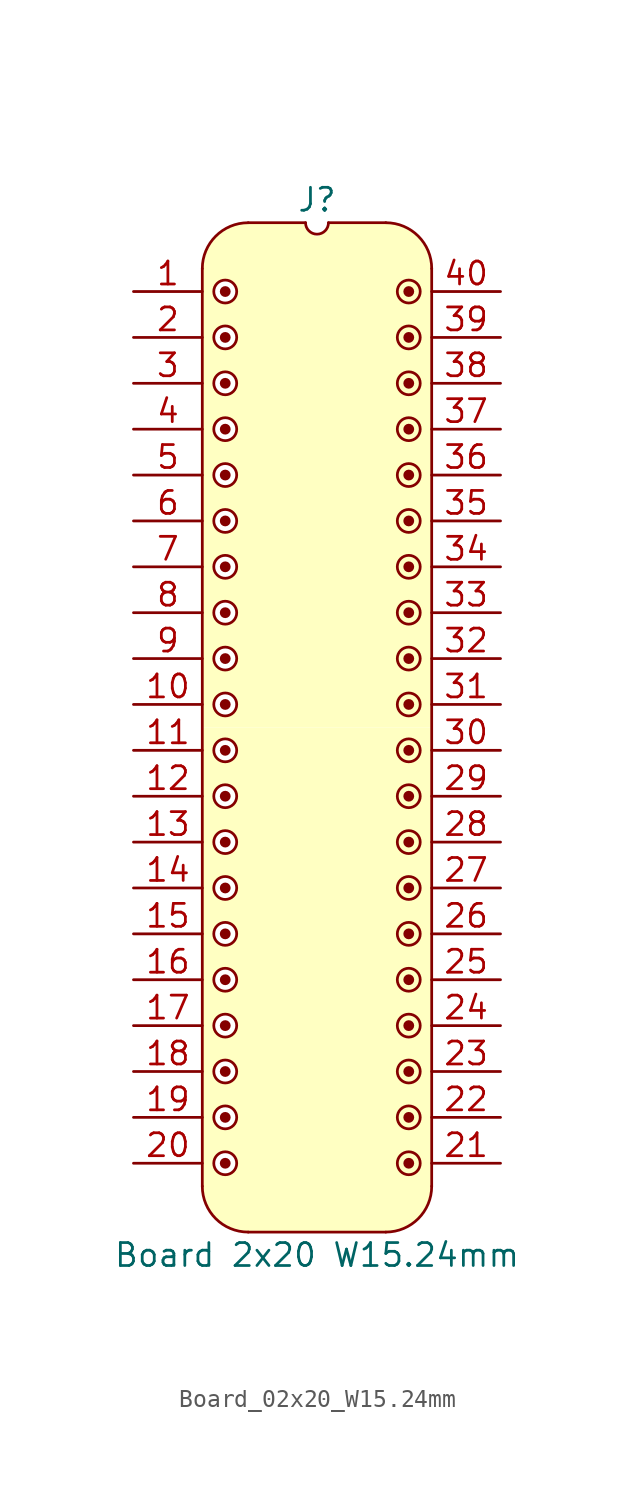
<source format=kicad_sym>
(kicad_symbol_lib
  (version 20241209)
  (generator "kicad_symbol_editor")
  (generator_version "9.0")
  (symbol "Board_02x20_W15.24mm"
    (pin_names
      (offset 1.016)
      (hide yes))
    (property "Reference" "J"
      (at 0 5.08 0)
      (effects (font (size 1.27 1.27))))
    (property "Value" "Board 2x20 W15.24mm"
      (at 0 -53.34 0)
      (effects (font (size 1.27 1.27))))
    (symbol "Board_02x20_W15.24mm_0_1"
      (polyline (pts (xy -6.35 1.27) (xy -6.35 -49.53)) (stroke (width 0) (type default)) (fill (type none)))
      (arc (start -3.8102 -52.0698) (mid -5.6063 -51.3259) (end -6.3502 -49.5298) (stroke (width 0) (type default)) (fill (type none)))
      (arc (start -6.35 1.27) (mid -5.6061 3.0661) (end -3.81 3.81) (stroke (width 0) (type default)) (fill (type none)))
      (polyline (pts (xy -3.81 3.81) (xy -0.635 3.81)) (stroke (width 0) (type default)) (fill (type none)))
      (arc (start 0.635 3.81) (mid 0 3.175) (end -0.635 3.81) (stroke (width 0) (type default)) (fill (type none)))
      (polyline (pts (xy 0.635 3.81) (xy 3.81 3.81)) (stroke (width 0) (type default)) (fill (type none)))
      (polyline (pts (xy 3.81 -52.07) (xy -3.81 -52.07)) (stroke (width 0) (type default)) (fill (type none)))
      (arc (start 3.81 3.81) (mid 5.6061 3.0661) (end 6.35 1.27) (stroke (width 0) (type default)) (fill (type none)))
      (arc (start 6.3498 -49.5298) (mid 5.6059 -51.3259) (end 3.8098 -52.0698) (stroke (width 0) (type default)) (fill (type none)))
      (polyline (pts (xy 6.35 -49.53) (xy 6.35 1.27)) (stroke (width 0) (type default)) (fill (type none))))
    (symbol "Board_02x20_W15.24mm_1_1"
      (polyline (pts (xy -6.35 1.27) (xy -6.096 2.286) (xy -5.588 3.048) (xy -4.826 3.556) (xy -4.064 3.81) (xy -0.762 3.81) (xy -0.508 3.302) (xy 0 3.048) (xy 0 -24.13) (xy -6.35 -24.13) (xy -6.35 1.27)) (stroke (width -0.0001) (type solid)) (fill (type background)))
      (polyline (pts (xy -6.35 -24.13) (xy 0 -24.13) (xy 0 -52.07) (xy -3.81 -52.07) (xy -4.826 -51.816) (xy -5.588 -51.308) (xy -6.096 -50.546) (xy -6.35 -49.53)) (stroke (width -0.0001) (type solid)) (fill (type background)))
      (circle (center -5.08 0) (radius 0.0001) (stroke (width 0.3) (type solid)) (fill (type none)))
      (circle (center -5.08 0) (radius 0.635) (stroke (width 0) (type solid)) (fill (type color) (color 255 255 255 1)))
      (circle (center -5.08 -2.54) (radius 0.0001) (stroke (width 0.3) (type solid)) (fill (type none)))
      (circle (center -5.08 -2.54) (radius 0.635) (stroke (width 0) (type solid)) (fill (type color) (color 255 255 255 1)))
      (circle (center -5.08 -5.08) (radius 0.0001) (stroke (width 0.3) (type solid)) (fill (type none)))
      (circle (center -5.08 -5.08) (radius 0.635) (stroke (width 0) (type solid)) (fill (type color) (color 255 255 255 1)))
      (circle (center -5.08 -7.62) (radius 0.0001) (stroke (width 0.3) (type solid)) (fill (type none)))
      (circle (center -5.08 -7.62) (radius 0.635) (stroke (width 0) (type solid)) (fill (type color) (color 255 255 255 1)))
      (circle (center -5.08 -10.16) (radius 0.0001) (stroke (width 0.3) (type solid)) (fill (type none)))
      (circle (center -5.08 -10.16) (radius 0.635) (stroke (width 0) (type solid)) (fill (type color) (color 255 255 255 1)))
      (circle (center -5.08 -12.7) (radius 0.0001) (stroke (width 0.3) (type solid)) (fill (type none)))
      (circle (center -5.08 -12.7) (radius 0.635) (stroke (width 0) (type solid)) (fill (type color) (color 255 255 255 1)))
      (circle (center -5.08 -15.24) (radius 0.0001) (stroke (width 0.3) (type solid)) (fill (type none)))
      (circle (center -5.08 -15.24) (radius 0.635) (stroke (width 0) (type solid)) (fill (type color) (color 255 255 255 1)))
      (circle (center -5.08 -17.78) (radius 0.0001) (stroke (width 0.3) (type solid)) (fill (type none)))
      (circle (center -5.08 -17.78) (radius 0.635) (stroke (width 0) (type solid)) (fill (type color) (color 255 255 255 1)))
      (circle (center -5.08 -20.32) (radius 0.0001) (stroke (width 0.3) (type solid)) (fill (type none)))
      (circle (center -5.08 -20.32) (radius 0.635) (stroke (width 0) (type solid)) (fill (type color) (color 255 255 255 1)))
      (circle (center -5.08 -22.86) (radius 0.0001) (stroke (width 0.3) (type solid)) (fill (type none)))
      (circle (center -5.08 -22.86) (radius 0.635) (stroke (width 0) (type solid)) (fill (type color) (color 255 255 255 1)))
      (circle (center -5.08 -25.4) (radius 0.0001) (stroke (width 0.3) (type solid)) (fill (type none)))
      (circle (center -5.08 -25.4) (radius 0.635) (stroke (width 0) (type solid)) (fill (type color) (color 255 255 255 1)))
      (circle (center -5.08 -27.94) (radius 0.0001) (stroke (width 0.3) (type solid)) (fill (type none)))
      (circle (center -5.08 -27.94) (radius 0.635) (stroke (width 0) (type solid)) (fill (type color) (color 255 255 255 1)))
      (circle (center -5.08 -30.48) (radius 0.0001) (stroke (width 0.3) (type solid)) (fill (type none)))
      (circle (center -5.08 -30.48) (radius 0.635) (stroke (width 0) (type solid)) (fill (type color) (color 255 255 255 1)))
      (circle (center -5.08 -33.02) (radius 0.0001) (stroke (width 0.3) (type solid)) (fill (type none)))
      (circle (center -5.08 -33.02) (radius 0.635) (stroke (width 0) (type solid)) (fill (type color) (color 255 255 255 1)))
      (circle (center -5.08 -35.56) (radius 0.0001) (stroke (width 0.3) (type solid)) (fill (type none)))
      (circle (center -5.08 -35.56) (radius 0.635) (stroke (width 0) (type solid)) (fill (type color) (color 255 255 255 1)))
      (circle (center -5.08 -38.1) (radius 0.0001) (stroke (width 0.3) (type solid)) (fill (type none)))
      (circle (center -5.08 -38.1) (radius 0.635) (stroke (width 0) (type solid)) (fill (type color) (color 255 255 255 1)))
      (circle (center -5.08 -40.64) (radius 0.0001) (stroke (width 0.3) (type solid)) (fill (type none)))
      (circle (center -5.08 -40.64) (radius 0.635) (stroke (width 0) (type solid)) (fill (type color) (color 255 255 255 1)))
      (circle (center -5.08 -43.18) (radius 0.0001) (stroke (width 0.3) (type solid)) (fill (type none)))
      (circle (center -5.08 -43.18) (radius 0.635) (stroke (width 0) (type solid)) (fill (type color) (color 255 255 255 1)))
      (circle (center -5.08 -45.72) (radius 0.0001) (stroke (width 0.3) (type solid)) (fill (type none)))
      (circle (center -5.08 -45.72) (radius 0.635) (stroke (width 0) (type solid)) (fill (type color) (color 255 255 255 1)))
      (circle (center -5.08 -48.26) (radius 0.0001) (stroke (width 0.3) (type solid)) (fill (type none)))
      (circle (center -5.08 -48.26) (radius 0.635) (stroke (width 0) (type solid)) (fill (type color) (color 255 255 255 1)))
      (circle (center 5.08 0) (radius 0.0001) (stroke (width 0.3) (type solid)) (fill (type none)))
      (circle (center 5.08 0) (radius 0.635) (stroke (width 0) (type solid)) (fill (type color) (color 255 255 255 1)))
      (circle (center 5.08 -2.54) (radius 0.0001) (stroke (width 0.3) (type solid)) (fill (type none)))
      (circle (center 5.08 -2.54) (radius 0.635) (stroke (width 0) (type solid)) (fill (type color) (color 255 255 255 1)))
      (circle (center 5.08 -5.08) (radius 0.0001) (stroke (width 0.3) (type solid)) (fill (type none)))
      (circle (center 5.08 -5.08) (radius 0.635) (stroke (width 0) (type solid)) (fill (type color) (color 255 255 255 1)))
      (circle (center 5.08 -7.62) (radius 0.0001) (stroke (width 0.3) (type solid)) (fill (type none)))
      (circle (center 5.08 -7.62) (radius 0.635) (stroke (width 0) (type solid)) (fill (type color) (color 255 255 255 1)))
      (circle (center 5.08 -10.16) (radius 0.0001) (stroke (width 0.3) (type solid)) (fill (type none)))
      (circle (center 5.08 -10.16) (radius 0.635) (stroke (width 0) (type solid)) (fill (type color) (color 255 255 255 1)))
      (circle (center 5.08 -12.7) (radius 0.0001) (stroke (width 0.3) (type solid)) (fill (type none)))
      (circle (center 5.08 -12.7) (radius 0.635) (stroke (width 0) (type solid)) (fill (type color) (color 255 255 255 1)))
      (circle (center 5.08 -15.24) (radius 0.0001) (stroke (width 0.3) (type solid)) (fill (type none)))
      (circle (center 5.08 -15.24) (radius 0.635) (stroke (width 0) (type solid)) (fill (type color) (color 255 255 255 1)))
      (circle (center 5.08 -17.78) (radius 0.0001) (stroke (width 0.3) (type solid)) (fill (type none)))
      (circle (center 5.08 -17.78) (radius 0.635) (stroke (width 0) (type solid)) (fill (type color) (color 255 255 255 1)))
      (circle (center 5.08 -20.32) (radius 0.0001) (stroke (width 0.3) (type solid)) (fill (type none)))
      (circle (center 5.08 -20.32) (radius 0.635) (stroke (width 0) (type solid)) (fill (type color) (color 255 255 255 1)))
      (circle (center 5.08 -22.86) (radius 0.0001) (stroke (width 0.3) (type solid)) (fill (type none)))
      (circle (center 5.08 -22.86) (radius 0.635) (stroke (width 0) (type solid)) (fill (type color) (color 255 255 255 1)))
      (circle (center 5.08 -25.4) (radius 0.0001) (stroke (width 0.3) (type solid)) (fill (type none)))
      (circle (center 5.08 -25.4) (radius 0.635) (stroke (width 0) (type solid)) (fill (type color) (color 255 255 255 1)))
      (circle (center 5.08 -27.94) (radius 0.0001) (stroke (width 0.3) (type solid)) (fill (type none)))
      (circle (center 5.08 -27.94) (radius 0.635) (stroke (width 0) (type solid)) (fill (type color) (color 255 255 255 1)))
      (circle (center 5.08 -30.48) (radius 0.0001) (stroke (width 0.3) (type solid)) (fill (type none)))
      (circle (center 5.08 -30.48) (radius 0.635) (stroke (width 0) (type solid)) (fill (type color) (color 255 255 255 1)))
      (circle (center 5.08 -33.02) (radius 0.0001) (stroke (width 0.3) (type solid)) (fill (type none)))
      (circle (center 5.08 -33.02) (radius 0.635) (stroke (width 0) (type solid)) (fill (type color) (color 255 255 255 1)))
      (circle (center 5.08 -35.56) (radius 0.0001) (stroke (width 0.3) (type solid)) (fill (type none)))
      (circle (center 5.08 -35.56) (radius 0.635) (stroke (width 0) (type solid)) (fill (type color) (color 255 255 255 1)))
      (circle (center 5.08 -38.1) (radius 0.0001) (stroke (width 0.3) (type solid)) (fill (type none)))
      (circle (center 5.08 -38.1) (radius 0.635) (stroke (width 0) (type solid)) (fill (type color) (color 255 255 255 1)))
      (circle (center 5.08 -40.64) (radius 0.0001) (stroke (width 0.3) (type solid)) (fill (type none)))
      (circle (center 5.08 -40.64) (radius 0.635) (stroke (width 0) (type solid)) (fill (type color) (color 255 255 255 1)))
      (circle (center 5.08 -43.18) (radius 0.0001) (stroke (width 0.3) (type solid)) (fill (type none)))
      (circle (center 5.08 -43.18) (radius 0.635) (stroke (width 0) (type solid)) (fill (type color) (color 255 255 255 1)))
      (circle (center 5.08 -45.72) (radius 0.0001) (stroke (width 0.3) (type solid)) (fill (type none)))
      (circle (center 5.08 -45.72) (radius 0.635) (stroke (width 0) (type solid)) (fill (type color) (color 255 255 255 1)))
      (circle (center 5.08 -48.26) (radius 0.0001) (stroke (width 0.3) (type solid)) (fill (type none)))
      (circle (center 5.08 -48.26) (radius 0.635) (stroke (width 0) (type solid)) (fill (type color) (color 255 255 255 1)))
      (polyline (pts (xy 6.35 1.27) (xy 6.096 2.286) (xy 5.588 3.048) (xy 4.826 3.556) (xy 4.064 3.81) (xy 0.762 3.81) (xy 0.508 3.302) (xy 0 3.048) (xy 0 -24.13) (xy 6.35 -24.13) (xy 6.35 1.27)) (stroke (width -0.0001) (type solid)) (fill (type background)))
      (polyline (pts (xy 6.35 -24.13) (xy 0 -24.13) (xy 0 -52.07) (xy 3.81 -52.07) (xy 4.826 -51.816) (xy 5.588 -51.308) (xy 6.096 -50.546) (xy 6.35 -49.53)) (stroke (width -0.0001) (type solid)) (fill (type background)))
      (pin passive line (at -10.16 0 0) (length 3.81) (name "" (effects (font (size 1.27 1.27)))) (number "1" (effects (font (size 1.27 1.27)))))
      (pin passive line (at -10.16 -2.54 0) (length 3.81) (name "" (effects (font (size 1.27 1.27)))) (number "2" (effects (font (size 1.27 1.27)))))
      (pin passive line (at -10.16 -5.08 0) (length 3.81) (name "" (effects (font (size 1.27 1.27)))) (number "3" (effects (font (size 1.27 1.27)))))
      (pin passive line (at -10.16 -7.62 0) (length 3.81) (name "" (effects (font (size 1.27 1.27)))) (number "4" (effects (font (size 1.27 1.27)))))
      (pin passive line (at -10.16 -10.16 0) (length 3.81) (name "" (effects (font (size 1.27 1.27)))) (number "5" (effects (font (size 1.27 1.27)))))
      (pin passive line (at -10.16 -12.7 0) (length 3.81) (name "" (effects (font (size 1.27 1.27)))) (number "6" (effects (font (size 1.27 1.27)))))
      (pin passive line (at -10.16 -15.24 0) (length 3.81) (name "" (effects (font (size 1.27 1.27)))) (number "7" (effects (font (size 1.27 1.27)))))
      (pin passive line (at -10.16 -17.78 0) (length 3.81) (name "" (effects (font (size 1.27 1.27)))) (number "8" (effects (font (size 1.27 1.27)))))
      (pin passive line (at -10.16 -20.32 0) (length 3.81) (name "" (effects (font (size 1.27 1.27)))) (number "9" (effects (font (size 1.27 1.27)))))
      (pin passive line (at -10.16 -22.86 0) (length 3.81) (name "" (effects (font (size 1.27 1.27)))) (number "10" (effects (font (size 1.27 1.27)))))
      (pin passive line (at -10.16 -25.4 0) (length 3.81) (name "" (effects (font (size 1.27 1.27)))) (number "11" (effects (font (size 1.27 1.27)))))
      (pin passive line (at -10.16 -27.94 0) (length 3.81) (name "" (effects (font (size 1.27 1.27)))) (number "12" (effects (font (size 1.27 1.27)))))
      (pin passive line (at -10.16 -30.48 0) (length 3.81) (name "" (effects (font (size 1.27 1.27)))) (number "13" (effects (font (size 1.27 1.27)))))
      (pin passive line (at -10.16 -33.02 0) (length 3.81) (name "" (effects (font (size 1.27 1.27)))) (number "14" (effects (font (size 1.27 1.27)))))
      (pin passive line (at -10.16 -35.56 0) (length 3.81) (name "" (effects (font (size 1.27 1.27)))) (number "15" (effects (font (size 1.27 1.27)))))
      (pin passive line (at -10.16 -38.1 0) (length 3.81) (name "" (effects (font (size 1.27 1.27)))) (number "16" (effects (font (size 1.27 1.27)))))
      (pin passive line (at -10.16 -40.64 0) (length 3.81) (name "" (effects (font (size 1.27 1.27)))) (number "17" (effects (font (size 1.27 1.27)))))
      (pin passive line (at -10.16 -43.18 0) (length 3.81) (name "" (effects (font (size 1.27 1.27)))) (number "18" (effects (font (size 1.27 1.27)))))
      (pin passive line (at -10.16 -45.72 0) (length 3.81) (name "" (effects (font (size 1.27 1.27)))) (number "19" (effects (font (size 1.27 1.27)))))
      (pin passive line (at -10.16 -48.26 0) (length 3.81) (name "" (effects (font (size 1.27 1.27)))) (number "20" (effects (font (size 1.27 1.27)))))
      (pin passive line (at 10.16 0 180) (length 3.81) (name "" (effects (font (size 1.27 1.27)))) (number "40" (effects (font (size 1.27 1.27)))))
      (pin passive line (at 10.16 -2.54 180) (length 3.81) (name "" (effects (font (size 1.27 1.27)))) (number "39" (effects (font (size 1.27 1.27)))))
      (pin passive line (at 10.16 -5.08 180) (length 3.81) (name "" (effects (font (size 1.27 1.27)))) (number "38" (effects (font (size 1.27 1.27)))))
      (pin passive line (at 10.16 -7.62 180) (length 3.81) (name "" (effects (font (size 1.27 1.27)))) (number "37" (effects (font (size 1.27 1.27)))))
      (pin passive line (at 10.16 -10.16 180) (length 3.81) (name "" (effects (font (size 1.27 1.27)))) (number "36" (effects (font (size 1.27 1.27)))))
      (pin passive line (at 10.16 -12.7 180) (length 3.81) (name "" (effects (font (size 1.27 1.27)))) (number "35" (effects (font (size 1.27 1.27)))))
      (pin passive line (at 10.16 -15.24 180) (length 3.81) (name "" (effects (font (size 1.27 1.27)))) (number "34" (effects (font (size 1.27 1.27)))))
      (pin passive line (at 10.16 -17.78 180) (length 3.81) (name "" (effects (font (size 1.27 1.27)))) (number "33" (effects (font (size 1.27 1.27)))))
      (pin passive line (at 10.16 -20.32 180) (length 3.81) (name "" (effects (font (size 1.27 1.27)))) (number "32" (effects (font (size 1.27 1.27)))))
      (pin passive line (at 10.16 -22.86 180) (length 3.81) (name "" (effects (font (size 1.27 1.27)))) (number "31" (effects (font (size 1.27 1.27)))))
      (pin passive line (at 10.16 -25.4 180) (length 3.81) (name "" (effects (font (size 1.27 1.27)))) (number "30" (effects (font (size 1.27 1.27)))))
      (pin passive line (at 10.16 -27.94 180) (length 3.81) (name "" (effects (font (size 1.27 1.27)))) (number "29" (effects (font (size 1.27 1.27)))))
      (pin passive line (at 10.16 -30.48 180) (length 3.81) (name "" (effects (font (size 1.27 1.27)))) (number "28" (effects (font (size 1.27 1.27)))))
      (pin passive line (at 10.16 -33.02 180) (length 3.81) (name "" (effects (font (size 1.27 1.27)))) (number "27" (effects (font (size 1.27 1.27)))))
      (pin passive line (at 10.16 -35.56 180) (length 3.81) (name "" (effects (font (size 1.27 1.27)))) (number "26" (effects (font (size 1.27 1.27)))))
      (pin passive line (at 10.16 -38.1 180) (length 3.81) (name "" (effects (font (size 1.27 1.27)))) (number "25" (effects (font (size 1.27 1.27)))))
      (pin passive line (at 10.16 -40.64 180) (length 3.81) (name "" (effects (font (size 1.27 1.27)))) (number "24" (effects (font (size 1.27 1.27)))))
      (pin passive line (at 10.16 -43.18 180) (length 3.81) (name "" (effects (font (size 1.27 1.27)))) (number "23" (effects (font (size 1.27 1.27)))))
      (pin passive line (at 10.16 -45.72 180) (length 3.81) (name "" (effects (font (size 1.27 1.27)))) (number "22" (effects (font (size 1.27 1.27)))))
      (pin passive line (at 10.16 -48.26 180) (length 3.81) (name "" (effects (font (size 1.27 1.27)))) (number "21" (effects (font (size 1.27 1.27))))))))
</source>
